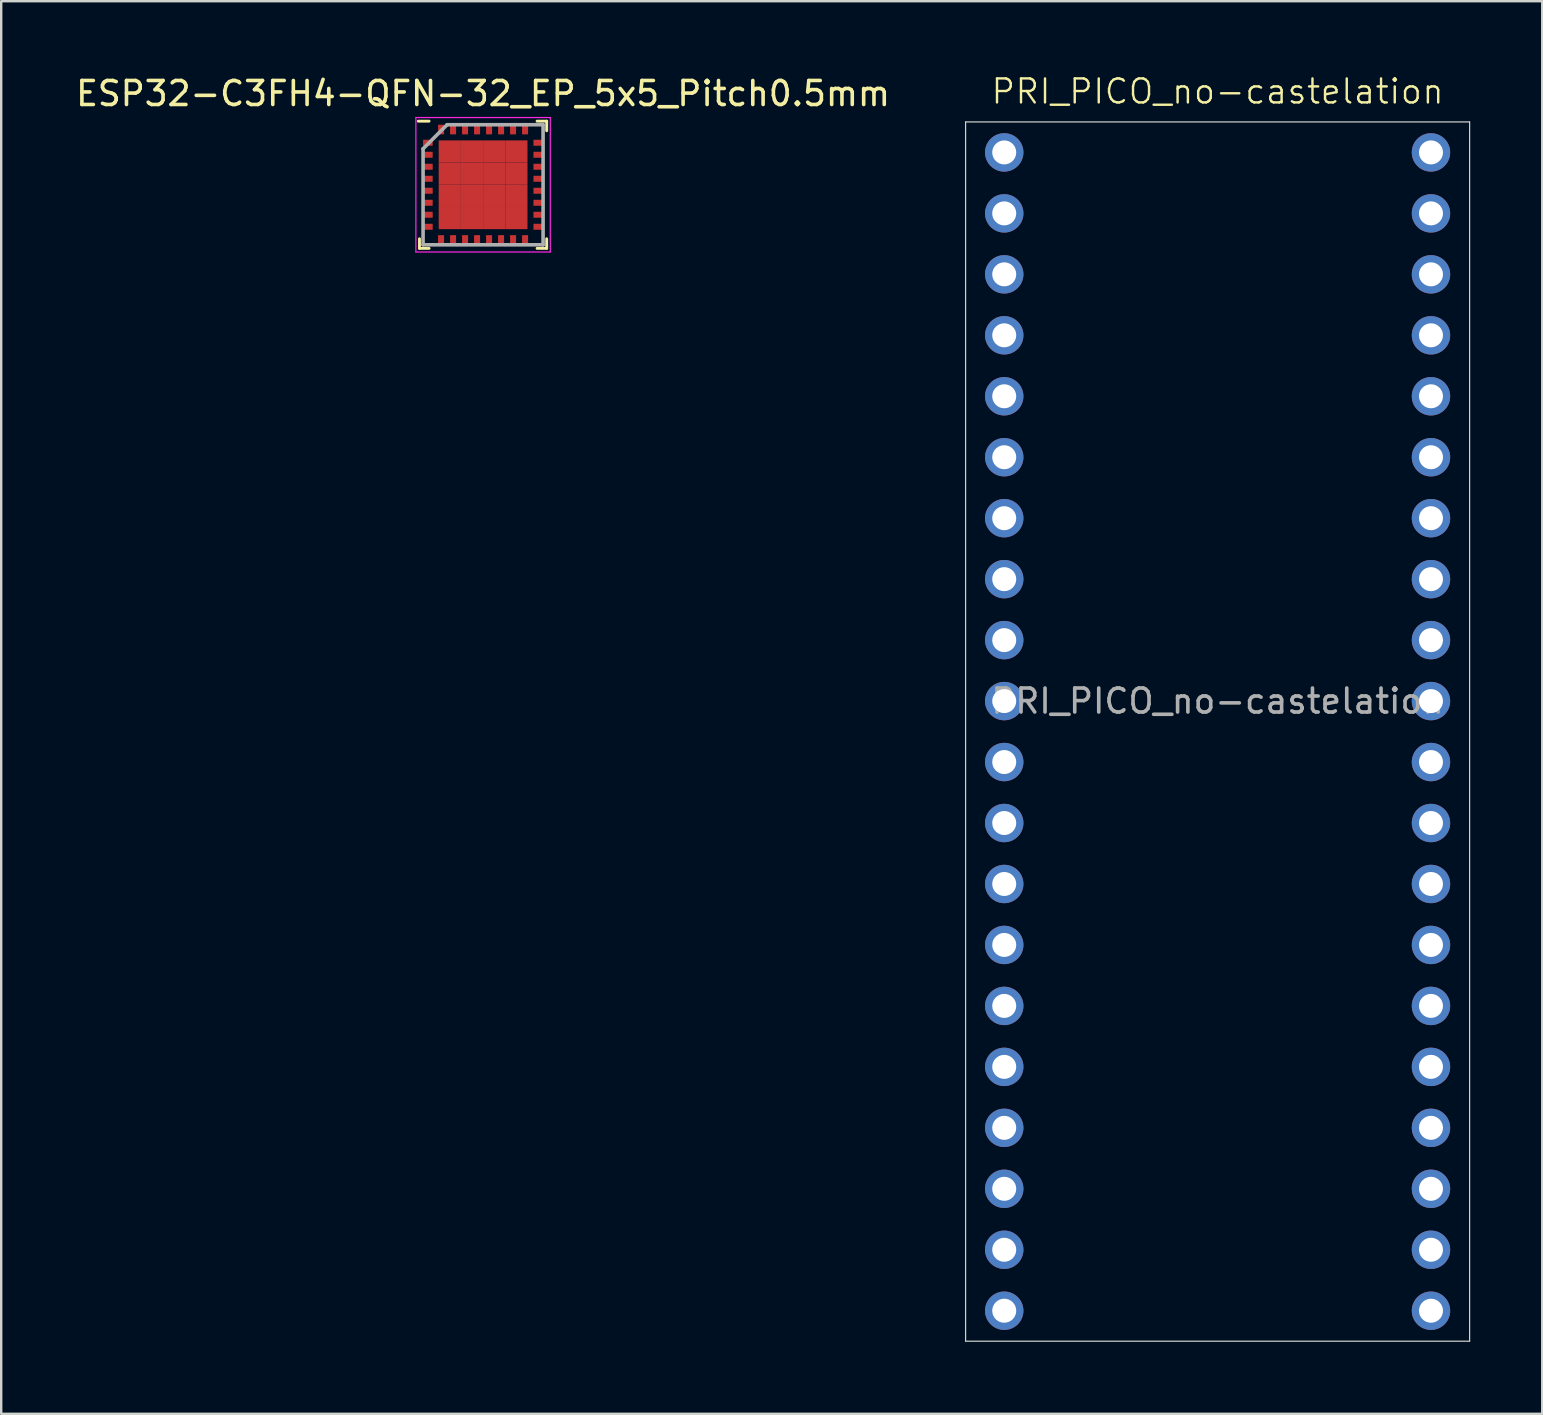
<source format=kicad_pcb>
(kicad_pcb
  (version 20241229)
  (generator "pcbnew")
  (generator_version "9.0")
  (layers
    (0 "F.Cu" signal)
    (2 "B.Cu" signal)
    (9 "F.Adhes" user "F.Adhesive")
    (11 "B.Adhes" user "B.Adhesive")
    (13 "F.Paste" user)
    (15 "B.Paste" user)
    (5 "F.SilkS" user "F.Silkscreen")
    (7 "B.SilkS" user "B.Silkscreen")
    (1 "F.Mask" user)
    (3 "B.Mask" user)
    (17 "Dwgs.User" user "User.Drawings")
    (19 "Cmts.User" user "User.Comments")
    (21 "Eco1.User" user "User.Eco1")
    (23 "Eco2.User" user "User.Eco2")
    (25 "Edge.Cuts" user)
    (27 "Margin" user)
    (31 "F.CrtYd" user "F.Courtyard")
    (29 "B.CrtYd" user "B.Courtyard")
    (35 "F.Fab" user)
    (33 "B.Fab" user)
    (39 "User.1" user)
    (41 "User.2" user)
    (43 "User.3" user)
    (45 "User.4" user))
  (footprint "PRI_PICO_no-castelation"
    (layer "F.Cu")
    (at 47.68 27.43)
    (property "Reference" "PRI_PICO_no-castelation" (at 0 -26.67 0) (unlocked yes) (layer "F.SilkS") (effects (font (size 1 1) (thickness 0.1))))
    (attr through_hole)
    (fp_line (start -10.5 -25.4) (end 10.5 -25.4) (stroke (width 0.05) (type default)) (layer "Edge.Cuts"))
    (fp_line (start -10.5 25.4) (end -10.5 -25.4) (stroke (width 0.05) (type default)) (layer "Edge.Cuts"))
    (fp_line (start 10.5 -25.4) (end 10.5 25.4) (stroke (width 0.05) (type default)) (layer "Edge.Cuts"))
    (fp_line (start 10.5 25.4) (end -10.5 25.4) (stroke (width 0.05) (type default)) (layer "Edge.Cuts"))
    (fp_text user "${REFERENCE}" (at 0 -1.27 0) (unlocked yes) (layer "F.Fab") (effects (font (size 1 1) (thickness 0.15))))
    (pad "1" thru_hole circle (at -8.89 -24.13) (size 1.6 1.6) (drill 1) (layers "*.Cu" "*.Mask"))
    (pad "2" thru_hole circle (at -8.89 -21.59) (size 1.6 1.6) (drill 1) (layers "*.Cu" "*.Mask"))
    (pad "3" thru_hole circle (at -8.89 -19.05) (size 1.6 1.6) (drill 1) (layers "*.Cu" "*.Mask"))
    (pad "4" thru_hole circle (at -8.89 -16.51) (size 1.6 1.6) (drill 1) (layers "*.Cu" "*.Mask"))
    (pad "5" thru_hole circle (at -8.89 -13.97) (size 1.6 1.6) (drill 1) (layers "*.Cu" "*.Mask"))
    (pad "6" thru_hole circle (at -8.89 -11.43) (size 1.6 1.6) (drill 1) (layers "*.Cu" "*.Mask"))
    (pad "7" thru_hole circle (at -8.89 -8.89) (size 1.6 1.6) (drill 1) (layers "*.Cu" "*.Mask"))
    (pad "8" thru_hole circle (at -8.89 -6.35) (size 1.6 1.6) (drill 1) (layers "*.Cu" "*.Mask"))
    (pad "9" thru_hole circle (at -8.89 -3.81) (size 1.6 1.6) (drill 1) (layers "*.Cu" "*.Mask"))
    (pad "10" thru_hole circle (at -8.89 -1.27) (size 1.6 1.6) (drill 1) (layers "*.Cu" "*.Mask"))
    (pad "11" thru_hole circle (at -8.89 1.27) (size 1.6 1.6) (drill 1) (layers "*.Cu" "*.Mask"))
    (pad "12" thru_hole circle (at -8.89 3.81) (size 1.6 1.6) (drill 1) (layers "*.Cu" "*.Mask"))
    (pad "13" thru_hole circle (at -8.89 6.35) (size 1.6 1.6) (drill 1) (layers "*.Cu" "*.Mask"))
    (pad "14" thru_hole circle (at -8.89 8.89) (size 1.6 1.6) (drill 1) (layers "*.Cu" "*.Mask"))
    (pad "15" thru_hole circle (at -8.89 11.43) (size 1.6 1.6) (drill 1) (layers "*.Cu" "*.Mask"))
    (pad "16" thru_hole circle (at -8.89 13.97) (size 1.6 1.6) (drill 1) (layers "*.Cu" "*.Mask"))
    (pad "17" thru_hole circle (at -8.89 16.51) (size 1.6 1.6) (drill 1) (layers "*.Cu" "*.Mask"))
    (pad "18" thru_hole circle (at -8.89 19.05) (size 1.6 1.6) (drill 1) (layers "*.Cu" "*.Mask"))
    (pad "19" thru_hole circle (at -8.89 21.59) (size 1.6 1.6) (drill 1) (layers "*.Cu" "*.Mask"))
    (pad "20" thru_hole circle (at -8.89 24.13) (size 1.6 1.6) (drill 1) (layers "*.Cu" "*.Mask"))
    (pad "21" thru_hole circle (at 8.89 24.13 180) (size 1.6 1.6) (drill 1) (layers "*.Cu" "*.Mask"))
    (pad "22" thru_hole circle (at 8.89 21.59 180) (size 1.6 1.6) (drill 1) (layers "*.Cu" "*.Mask"))
    (pad "23" thru_hole circle (at 8.89 19.05 180) (size 1.6 1.6) (drill 1) (layers "*.Cu" "*.Mask"))
    (pad "24" thru_hole circle (at 8.89 16.51 180) (size 1.6 1.6) (drill 1) (layers "*.Cu" "*.Mask"))
    (pad "25" thru_hole circle (at 8.89 13.97 180) (size 1.6 1.6) (drill 1) (layers "*.Cu" "*.Mask"))
    (pad "26" thru_hole circle (at 8.89 11.43 180) (size 1.6 1.6) (drill 1) (layers "*.Cu" "*.Mask"))
    (pad "27" thru_hole circle (at 8.89 8.89 180) (size 1.6 1.6) (drill 1) (layers "*.Cu" "*.Mask"))
    (pad "28" thru_hole circle (at 8.89 6.35 180) (size 1.6 1.6) (drill 1) (layers "*.Cu" "*.Mask"))
    (pad "29" thru_hole circle (at 8.89 3.81 180) (size 1.6 1.6) (drill 1) (layers "*.Cu" "*.Mask"))
    (pad "30" thru_hole circle (at 8.89 1.27 180) (size 1.6 1.6) (drill 1) (layers "*.Cu" "*.Mask"))
    (pad "31" thru_hole circle (at 8.89 -1.27 180) (size 1.6 1.6) (drill 1) (layers "*.Cu" "*.Mask"))
    (pad "32" thru_hole circle (at 8.89 -3.81 180) (size 1.6 1.6) (drill 1) (layers "*.Cu" "*.Mask"))
    (pad "33" thru_hole circle (at 8.89 -6.35 180) (size 1.6 1.6) (drill 1) (layers "*.Cu" "*.Mask"))
    (pad "34" thru_hole circle (at 8.89 -8.89 180) (size 1.6 1.6) (drill 1) (layers "*.Cu" "*.Mask"))
    (pad "35" thru_hole circle (at 8.89 -11.43 180) (size 1.6 1.6) (drill 1) (layers "*.Cu" "*.Mask"))
    (pad "36" thru_hole circle (at 8.89 -13.97 180) (size 1.6 1.6) (drill 1) (layers "*.Cu" "*.Mask"))
    (pad "37" thru_hole circle (at 8.89 -16.51 180) (size 1.6 1.6) (drill 1) (layers "*.Cu" "*.Mask"))
    (pad "38" thru_hole circle (at 8.89 -19.05 180) (size 1.6 1.6) (drill 1) (layers "*.Cu" "*.Mask"))
    (pad "39" thru_hole circle (at 8.89 -21.59 180) (size 1.6 1.6) (drill 1) (layers "*.Cu" "*.Mask"))
    (pad "40" thru_hole circle (at 8.89 -24.13 180) (size 1.6 1.6) (drill 1) (layers "*.Cu" "*.Mask")))
  (footprint "ESP32-C3FH4-QFN-32_EP_5x5_Pitch0.5mm"
    (layer "F.Cu")
    (at 17.077 4.648)
    (property "Reference" "ESP32-C3FH4-QFN-32_EP_5x5_Pitch0.5mm" (at 0 -3.8 0) (layer "F.SilkS") (effects (font (size 1 1) (thickness 0.15))))
    (attr smd)
    (fp_line (start -2.65 2.65) (end -2.65 2.25) (stroke (width 0.12) (type default)) (layer "F.SilkS"))
    (fp_line (start -2.25 -2.65) (end -2.7 -2.65) (stroke (width 0.12) (type default)) (layer "F.SilkS"))
    (fp_line (start -2.25 2.65) (end -2.65 2.65) (stroke (width 0.12) (type default)) (layer "F.SilkS"))
    (fp_line (start 2.25 -2.65) (end 2.65 -2.65) (stroke (width 0.12) (type default)) (layer "F.SilkS"))
    (fp_line (start 2.25 2.65) (end 2.65 2.65) (stroke (width 0.12) (type default)) (layer "F.SilkS"))
    (fp_line (start 2.65 -2.65) (end 2.65 -2.25) (stroke (width 0.12) (type default)) (layer "F.SilkS"))
    (fp_line (start 2.65 2.65) (end 2.65 2.25) (stroke (width 0.12) (type default)) (layer "F.SilkS"))
    (fp_line (start -2.8 -2.8) (end 2.8 -2.8) (stroke (width 0.05) (type default)) (layer "F.CrtYd"))
    (fp_line (start -2.8 2.8) (end -2.8 -2.8) (stroke (width 0.05) (type default)) (layer "F.CrtYd"))
    (fp_line (start 2.8 -2.8) (end 2.8 2.8) (stroke (width 0.05) (type default)) (layer "F.CrtYd"))
    (fp_line (start 2.8 2.8) (end -2.8 2.8) (stroke (width 0.05) (type default)) (layer "F.CrtYd"))
    (fp_line (start -2.5 -1.5) (end -2.5 2.5) (stroke (width 0.15) (type default)) (layer "F.Fab"))
    (fp_line (start -2.5 2.5) (end 2.5 2.5) (stroke (width 0.15) (type default)) (layer "F.Fab"))
    (fp_line (start -1.5 -2.5) (end -2.5 -1.5) (stroke (width 0.15) (type default)) (layer "F.Fab"))
    (fp_line (start 2.5 -2.5) (end -1.5 -2.5) (stroke (width 0.15) (type default)) (layer "F.Fab"))
    (fp_line (start 2.5 2.5) (end 2.5 -2.5) (stroke (width 0.15) (type default)) (layer "F.Fab"))
    (pad "1" smd rect (at -2.3 -1.75 90) (size 0.25 0.4) (layers "F.Cu" "F.Mask" "F.Paste"))
    (pad "2" smd rect (at -2.3 -1.25 90) (size 0.25 0.4) (layers "F.Cu" "F.Mask" "F.Paste"))
    (pad "3" smd rect (at -2.3 -0.75 90) (size 0.25 0.4) (layers "F.Cu" "F.Mask" "F.Paste"))
    (pad "4" smd rect (at -2.3 -0.25 90) (size 0.25 0.4) (layers "F.Cu" "F.Mask" "F.Paste"))
    (pad "5" smd rect (at -2.3 0.25 90) (size 0.25 0.4) (layers "F.Cu" "F.Mask" "F.Paste"))
    (pad "6" smd rect (at -2.3 0.75 90) (size 0.25 0.4) (layers "F.Cu" "F.Mask" "F.Paste"))
    (pad "7" smd rect (at -2.3 1.25 90) (size 0.25 0.4) (layers "F.Cu" "F.Mask" "F.Paste"))
    (pad "8" smd rect (at -2.3 1.75 90) (size 0.25 0.4) (layers "F.Cu" "F.Mask" "F.Paste"))
    (pad "9" smd rect (at -1.75 2.3) (size 0.25 0.4) (layers "F.Cu" "F.Mask" "F.Paste"))
    (pad "10" smd rect (at -1.25 2.3) (size 0.25 0.4) (layers "F.Cu" "F.Mask" "F.Paste"))
    (pad "11" smd rect (at -0.75 2.3) (size 0.25 0.4) (layers "F.Cu" "F.Mask" "F.Paste"))
    (pad "12" smd rect (at -0.25 2.3) (size 0.25 0.4) (layers "F.Cu" "F.Mask" "F.Paste"))
    (pad "13" smd rect (at 0.25 2.3) (size 0.25 0.4) (layers "F.Cu" "F.Mask" "F.Paste"))
    (pad "14" smd rect (at 0.75 2.3) (size 0.25 0.4) (layers "F.Cu" "F.Mask" "F.Paste"))
    (pad "15" smd rect (at 1.25 2.3) (size 0.25 0.4) (layers "F.Cu" "F.Mask" "F.Paste"))
    (pad "16" smd rect (at 1.75 2.3) (size 0.25 0.4) (layers "F.Cu" "F.Mask" "F.Paste"))
    (pad "17" smd rect (at 2.3 1.75 90) (size 0.25 0.4) (layers "F.Cu" "F.Mask" "F.Paste"))
    (pad "18" smd rect (at 2.3 1.25 90) (size 0.25 0.4) (layers "F.Cu" "F.Mask" "F.Paste"))
    (pad "19" smd rect (at 2.3 0.75 90) (size 0.25 0.4) (layers "F.Cu" "F.Mask" "F.Paste"))
    (pad "20" smd rect (at 2.3 0.25 90) (size 0.25 0.4) (layers "F.Cu" "F.Mask" "F.Paste"))
    (pad "21" smd rect (at 2.3 -0.25 90) (size 0.25 0.4) (layers "F.Cu" "F.Mask" "F.Paste"))
    (pad "22" smd rect (at 2.3 -0.75 90) (size 0.25 0.4) (layers "F.Cu" "F.Mask" "F.Paste"))
    (pad "23" smd rect (at 2.3 -1.25 90) (size 0.25 0.4) (layers "F.Cu" "F.Mask" "F.Paste"))
    (pad "24" smd rect (at 2.3 -1.75 90) (size 0.25 0.4) (layers "F.Cu" "F.Mask" "F.Paste"))
    (pad "25" smd rect (at 1.75 -2.3) (size 0.25 0.4) (layers "F.Cu" "F.Mask" "F.Paste"))
    (pad "26" smd rect (at 1.25 -2.3) (size 0.25 0.4) (layers "F.Cu" "F.Mask" "F.Paste"))
    (pad "27" smd rect (at 0.75 -2.3) (size 0.25 0.4) (layers "F.Cu" "F.Mask" "F.Paste"))
    (pad "28" smd rect (at 0.25 -2.3) (size 0.25 0.4) (layers "F.Cu" "F.Mask" "F.Paste"))
    (pad "29" smd rect (at -0.25 -2.3) (size 0.25 0.4) (layers "F.Cu" "F.Mask" "F.Paste"))
    (pad "30" smd rect (at -0.75 -2.3) (size 0.25 0.4) (layers "F.Cu" "F.Mask" "F.Paste"))
    (pad "31" smd rect (at -1.25 -2.3) (size 0.25 0.4) (layers "F.Cu" "F.Mask" "F.Paste"))
    (pad "32" smd rect (at -1.75 -2.3) (size 0.25 0.4) (layers "F.Cu" "F.Mask" "F.Paste"))
    (pad "33" smd rect (at -1.387 -1.387) (size 0.925 0.925) (layers "F.Cu" "F.Mask" "F.Paste"))
    (pad "33" smd rect (at -1.387 -0.463) (size 0.925 0.925) (layers "F.Cu" "F.Mask" "F.Paste"))
    (pad "33" smd rect (at -1.387 0.463) (size 0.925 0.925) (layers "F.Cu" "F.Mask" "F.Paste"))
    (pad "33" smd rect (at -1.387 1.387) (size 0.925 0.925) (layers "F.Cu" "F.Mask" "F.Paste"))
    (pad "33" smd rect (at -0.463 -1.387) (size 0.925 0.925) (layers "F.Cu" "F.Mask" "F.Paste"))
    (pad "33" smd rect (at -0.463 -0.463) (size 0.925 0.925) (layers "F.Cu" "F.Mask" "F.Paste"))
    (pad "33" smd rect (at -0.463 0.463) (size 0.925 0.925) (layers "F.Cu" "F.Mask" "F.Paste"))
    (pad "33" smd rect (at -0.463 1.387) (size 0.925 0.925) (layers "F.Cu" "F.Mask" "F.Paste"))
    (pad "33" smd rect (at 0.463 -1.387) (size 0.925 0.925) (layers "F.Cu" "F.Mask" "F.Paste"))
    (pad "33" smd rect (at 0.463 -0.463) (size 0.925 0.925) (layers "F.Cu" "F.Mask" "F.Paste"))
    (pad "33" smd rect (at 0.463 0.463) (size 0.925 0.925) (layers "F.Cu" "F.Mask" "F.Paste"))
    (pad "33" smd rect (at 0.463 1.387) (size 0.925 0.925) (layers "F.Cu" "F.Mask" "F.Paste"))
    (pad "33" smd rect (at 1.387 -1.387) (size 0.925 0.925) (layers "F.Cu" "F.Mask" "F.Paste"))
    (pad "33" smd rect (at 1.387 -0.463) (size 0.925 0.925) (layers "F.Cu" "F.Mask" "F.Paste"))
    (pad "33" smd rect (at 1.387 0.463) (size 0.925 0.925) (layers "F.Cu" "F.Mask" "F.Paste"))
    (pad "33" smd rect (at 1.387 1.387) (size 0.925 0.925) (layers "F.Cu" "F.Mask" "F.Paste")))
  (gr_rect
    (start -3 -3)
    (end 61.205 55.855)
    (stroke (width 0.1) (type default))
    (fill no)
    (layer "Edge.Cuts")))
</source>
